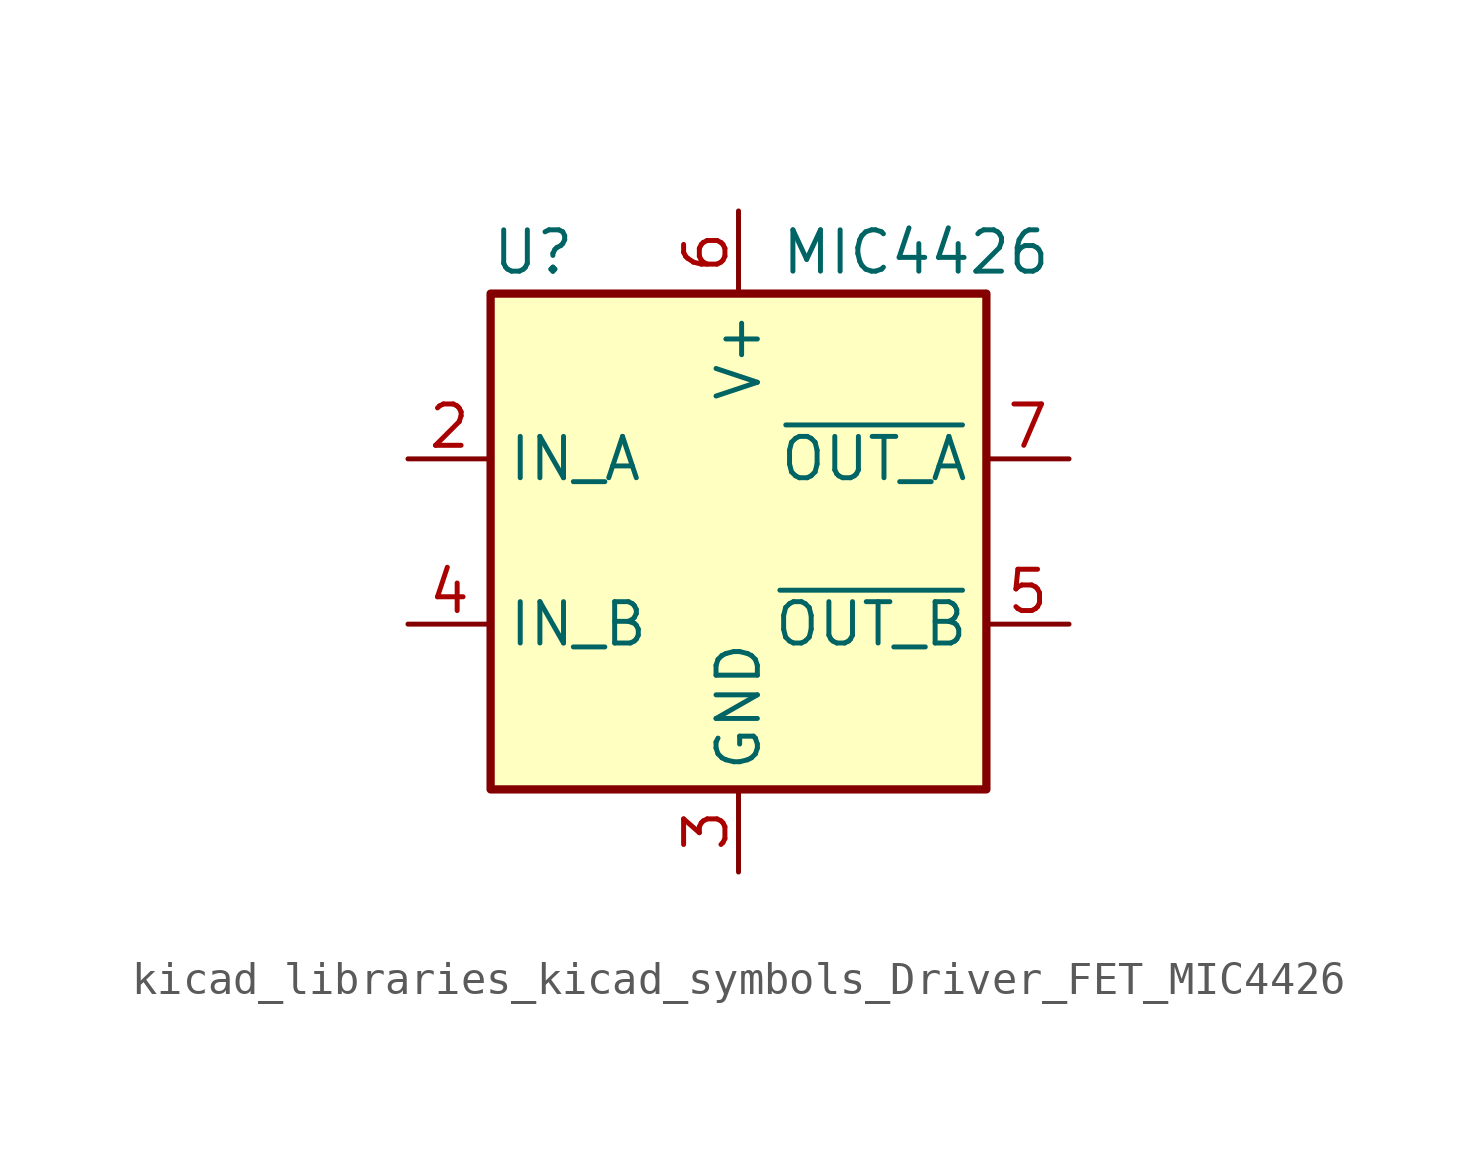
<source format=kicad_sym>
(kicad_symbol_lib
  (version 20220914)
  (generator kicad_symbol_editor)
  (symbol "kicad_libraries_kicad_symbols_Driver_FET_MIC4426"
    (property "Reference" "U"
      (at -7.62 8.89 0)
      (effects (font (size 1.27 1.27)) (justify left)))
    (property "Value" "MIC4426"
      (at 1.27 8.89 0)
      (effects (font (size 1.27 1.27)) (justify left)))
    (symbol "kicad_libraries_kicad_symbols_Driver_FET_MIC4426_0_1"
      (rectangle (start -7.62 -7.62) (end 7.62 7.62) (stroke (width 0.254) (type default)) (fill (type background))))
    (symbol "kicad_libraries_kicad_symbols_Driver_FET_MIC4426_1_1"
      (pin no_connect line (at -7.62 0 0) (length 2.54) hide (name "NC" (effects (font (size 1.27 1.27)))) (number "1" (effects (font (size 1.27 1.27)))))
      (pin input line (at -10.16 2.54 0) (length 2.54) (name "IN_A" (effects (font (size 1.27 1.27)))) (number "2" (effects (font (size 1.27 1.27)))))
      (pin power_in line (at 0 -10.16 90) (length 2.54) (name "GND" (effects (font (size 1.27 1.27)))) (number "3" (effects (font (size 1.27 1.27)))))
      (pin input line (at -10.16 -2.54 0) (length 2.54) (name "IN_B" (effects (font (size 1.27 1.27)))) (number "4" (effects (font (size 1.27 1.27)))))
      (pin output line (at 10.16 -2.54 180) (length 2.54) (name "~{OUT_B}" (effects (font (size 1.27 1.27)))) (number "5" (effects (font (size 1.27 1.27)))))
      (pin power_in line (at 0 10.16 270) (length 2.54) (name "V+" (effects (font (size 1.27 1.27)))) (number "6" (effects (font (size 1.27 1.27)))))
      (pin output line (at 10.16 2.54 180) (length 2.54) (name "~{OUT_A}" (effects (font (size 1.27 1.27)))) (number "7" (effects (font (size 1.27 1.27)))))
      (pin no_connect line (at 7.62 0 180) (length 2.54) hide (name "NC" (effects (font (size 1.27 1.27)))) (number "8" (effects (font (size 1.27 1.27))))))))
</source>
